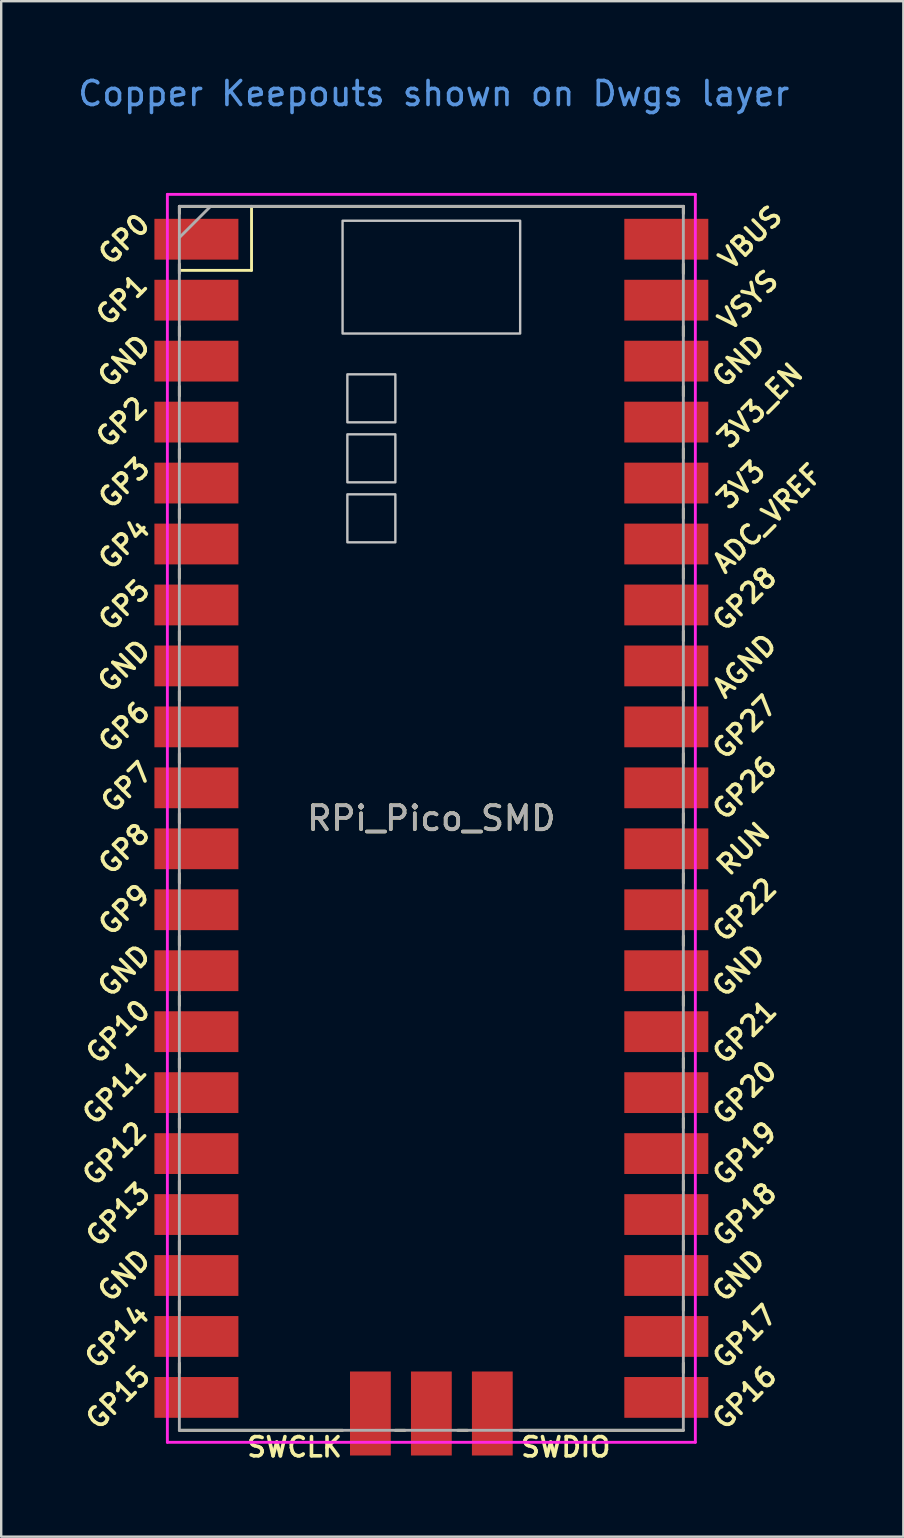
<source format=kicad_pcb>
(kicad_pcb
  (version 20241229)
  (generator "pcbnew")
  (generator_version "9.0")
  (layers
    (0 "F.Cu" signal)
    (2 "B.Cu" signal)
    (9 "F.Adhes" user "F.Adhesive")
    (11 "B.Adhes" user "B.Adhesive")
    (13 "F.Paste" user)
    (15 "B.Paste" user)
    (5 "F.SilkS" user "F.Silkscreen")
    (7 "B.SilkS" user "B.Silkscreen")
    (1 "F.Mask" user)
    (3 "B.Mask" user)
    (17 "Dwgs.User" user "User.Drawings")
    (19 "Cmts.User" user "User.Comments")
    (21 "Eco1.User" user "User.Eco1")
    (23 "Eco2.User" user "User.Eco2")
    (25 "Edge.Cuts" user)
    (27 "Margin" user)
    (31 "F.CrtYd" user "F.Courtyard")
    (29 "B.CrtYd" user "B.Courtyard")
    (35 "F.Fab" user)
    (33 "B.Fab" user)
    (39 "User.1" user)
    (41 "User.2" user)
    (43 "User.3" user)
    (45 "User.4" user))
  (footprint "RPi_Pico_SMD"
    (layer "F.Cu")
    (at 14.924 31.048)
    (property "Reference" "RPi_Pico_SMD" (at 0 0 0) (layer "F.SilkS") (effects (font (size 1 1) (thickness 0.15))))
    (attr through_hole)
    (fp_line (start -10.5 -25.5) (end -10.5 -25.2) (stroke (width 0.12) (type solid)) (layer "F.SilkS"))
    (fp_line (start -10.5 -25.5) (end 10.5 -25.5) (stroke (width 0.12) (type solid)) (layer "F.SilkS"))
    (fp_line (start -10.5 -23.1) (end -10.5 -22.7) (stroke (width 0.12) (type solid)) (layer "F.SilkS"))
    (fp_line (start -10.5 -22.833) (end -7.493 -22.833) (stroke (width 0.12) (type solid)) (layer "F.SilkS"))
    (fp_line (start -10.5 -20.5) (end -10.5 -20.1) (stroke (width 0.12) (type solid)) (layer "F.SilkS"))
    (fp_line (start -10.5 -18) (end -10.5 -17.6) (stroke (width 0.12) (type solid)) (layer "F.SilkS"))
    (fp_line (start -10.5 -15.4) (end -10.5 -15) (stroke (width 0.12) (type solid)) (layer "F.SilkS"))
    (fp_line (start -10.5 -12.9) (end -10.5 -12.5) (stroke (width 0.12) (type solid)) (layer "F.SilkS"))
    (fp_line (start -10.5 -10.4) (end -10.5 -10) (stroke (width 0.12) (type solid)) (layer "F.SilkS"))
    (fp_line (start -10.5 -7.8) (end -10.5 -7.4) (stroke (width 0.12) (type solid)) (layer "F.SilkS"))
    (fp_line (start -10.5 -5.3) (end -10.5 -4.9) (stroke (width 0.12) (type solid)) (layer "F.SilkS"))
    (fp_line (start -10.5 -2.7) (end -10.5 -2.3) (stroke (width 0.12) (type solid)) (layer "F.SilkS"))
    (fp_line (start -10.5 -0.2) (end -10.5 0.2) (stroke (width 0.12) (type solid)) (layer "F.SilkS"))
    (fp_line (start -10.5 2.3) (end -10.5 2.7) (stroke (width 0.12) (type solid)) (layer "F.SilkS"))
    (fp_line (start -10.5 4.9) (end -10.5 5.3) (stroke (width 0.12) (type solid)) (layer "F.SilkS"))
    (fp_line (start -10.5 7.4) (end -10.5 7.8) (stroke (width 0.12) (type solid)) (layer "F.SilkS"))
    (fp_line (start -10.5 10) (end -10.5 10.4) (stroke (width 0.12) (type solid)) (layer "F.SilkS"))
    (fp_line (start -10.5 12.5) (end -10.5 12.9) (stroke (width 0.12) (type solid)) (layer "F.SilkS"))
    (fp_line (start -10.5 15.1) (end -10.5 15.5) (stroke (width 0.12) (type solid)) (layer "F.SilkS"))
    (fp_line (start -10.5 17.6) (end -10.5 18) (stroke (width 0.12) (type solid)) (layer "F.SilkS"))
    (fp_line (start -10.5 20.1) (end -10.5 20.5) (stroke (width 0.12) (type solid)) (layer "F.SilkS"))
    (fp_line (start -10.5 22.7) (end -10.5 23.1) (stroke (width 0.12) (type solid)) (layer "F.SilkS"))
    (fp_line (start -7.493 -22.833) (end -7.493 -25.5) (stroke (width 0.12) (type solid)) (layer "F.SilkS"))
    (fp_line (start -3.7 25.5) (end -10.5 25.5) (stroke (width 0.12) (type solid)) (layer "F.SilkS"))
    (fp_line (start -1.5 25.5) (end -1.1 25.5) (stroke (width 0.12) (type solid)) (layer "F.SilkS"))
    (fp_line (start 1.1 25.5) (end 1.5 25.5) (stroke (width 0.12) (type solid)) (layer "F.SilkS"))
    (fp_line (start 10.5 -25.5) (end 10.5 -25.2) (stroke (width 0.12) (type solid)) (layer "F.SilkS"))
    (fp_line (start 10.5 -23.1) (end 10.5 -22.7) (stroke (width 0.12) (type solid)) (layer "F.SilkS"))
    (fp_line (start 10.5 -20.5) (end 10.5 -20.1) (stroke (width 0.12) (type solid)) (layer "F.SilkS"))
    (fp_line (start 10.5 -18) (end 10.5 -17.6) (stroke (width 0.12) (type solid)) (layer "F.SilkS"))
    (fp_line (start 10.5 -15.4) (end 10.5 -15) (stroke (width 0.12) (type solid)) (layer "F.SilkS"))
    (fp_line (start 10.5 -12.9) (end 10.5 -12.5) (stroke (width 0.12) (type solid)) (layer "F.SilkS"))
    (fp_line (start 10.5 -10.4) (end 10.5 -10) (stroke (width 0.12) (type solid)) (layer "F.SilkS"))
    (fp_line (start 10.5 -7.8) (end 10.5 -7.4) (stroke (width 0.12) (type solid)) (layer "F.SilkS"))
    (fp_line (start 10.5 -5.3) (end 10.5 -4.9) (stroke (width 0.12) (type solid)) (layer "F.SilkS"))
    (fp_line (start 10.5 -2.7) (end 10.5 -2.3) (stroke (width 0.12) (type solid)) (layer "F.SilkS"))
    (fp_line (start 10.5 -0.2) (end 10.5 0.2) (stroke (width 0.12) (type solid)) (layer "F.SilkS"))
    (fp_line (start 10.5 2.3) (end 10.5 2.7) (stroke (width 0.12) (type solid)) (layer "F.SilkS"))
    (fp_line (start 10.5 4.9) (end 10.5 5.3) (stroke (width 0.12) (type solid)) (layer "F.SilkS"))
    (fp_line (start 10.5 7.4) (end 10.5 7.8) (stroke (width 0.12) (type solid)) (layer "F.SilkS"))
    (fp_line (start 10.5 10) (end 10.5 10.4) (stroke (width 0.12) (type solid)) (layer "F.SilkS"))
    (fp_line (start 10.5 12.5) (end 10.5 12.9) (stroke (width 0.12) (type solid)) (layer "F.SilkS"))
    (fp_line (start 10.5 15.1) (end 10.5 15.5) (stroke (width 0.12) (type solid)) (layer "F.SilkS"))
    (fp_line (start 10.5 17.6) (end 10.5 18) (stroke (width 0.12) (type solid)) (layer "F.SilkS"))
    (fp_line (start 10.5 20.1) (end 10.5 20.5) (stroke (width 0.12) (type solid)) (layer "F.SilkS"))
    (fp_line (start 10.5 22.7) (end 10.5 23.1) (stroke (width 0.12) (type solid)) (layer "F.SilkS"))
    (fp_line (start 10.5 25.5) (end 3.7 25.5) (stroke (width 0.12) (type solid)) (layer "F.SilkS"))
    (fp_poly (pts (xy -1.5 -16.5) (xy -3.5 -16.5) (xy -3.5 -18.5) (xy -1.5 -18.5)) (stroke (width 0.1) (type solid)) (fill no) (layer "Dwgs.User"))
    (fp_poly (pts (xy -1.5 -14) (xy -3.5 -14) (xy -3.5 -16) (xy -1.5 -16)) (stroke (width 0.1) (type solid)) (fill no) (layer "Dwgs.User"))
    (fp_poly (pts (xy -1.5 -11.5) (xy -3.5 -11.5) (xy -3.5 -13.5) (xy -1.5 -13.5)) (stroke (width 0.1) (type solid)) (fill no) (layer "Dwgs.User"))
    (fp_poly (pts (xy 3.7 -20.2) (xy -3.7 -20.2) (xy -3.7 -24.9) (xy 3.7 -24.9)) (stroke (width 0.1) (type solid)) (fill no) (layer "Dwgs.User"))
    (fp_line (start -11 -26) (end 11 -26) (stroke (width 0.12) (type solid)) (layer "F.CrtYd"))
    (fp_line (start -11 26) (end -11 -26) (stroke (width 0.12) (type solid)) (layer "F.CrtYd"))
    (fp_line (start 11 -26) (end 11 26) (stroke (width 0.12) (type solid)) (layer "F.CrtYd"))
    (fp_line (start 11 26) (end -11 26) (stroke (width 0.12) (type solid)) (layer "F.CrtYd"))
    (fp_line (start -10.5 -25.5) (end 10.5 -25.5) (stroke (width 0.12) (type solid)) (layer "F.Fab"))
    (fp_line (start -10.5 -24.2) (end -9.2 -25.5) (stroke (width 0.12) (type solid)) (layer "F.Fab"))
    (fp_line (start -10.5 25.5) (end -10.5 -25.5) (stroke (width 0.12) (type solid)) (layer "F.Fab"))
    (fp_line (start 10.5 -25.5) (end 10.5 25.5) (stroke (width 0.12) (type solid)) (layer "F.Fab"))
    (fp_line (start 10.5 25.5) (end -10.5 25.5) (stroke (width 0.12) (type solid)) (layer "F.Fab"))
    (fp_text user "GP4" (at -12.8 -11.43 45) (layer "F.SilkS") (effects (font (size 0.8 0.8) (thickness 0.15))))
    (fp_text user "GND" (at -12.8 -19.05 45) (layer "F.SilkS") (effects (font (size 0.8 0.8) (thickness 0.15))))
    (fp_text user "GP12" (at -13.2 13.97 45) (layer "F.SilkS") (effects (font (size 0.8 0.8) (thickness 0.15))))
    (fp_text user "GP1" (at -12.9 -21.6 45) (layer "F.SilkS") (effects (font (size 0.8 0.8) (thickness 0.15))))
    (fp_text user "GP14" (at -13.1 21.59 45) (layer "F.SilkS") (effects (font (size 0.8 0.8) (thickness 0.15))))
    (fp_text user "GND" (at 12.8 6.35 45) (layer "F.SilkS") (effects (font (size 0.8 0.8) (thickness 0.15))))
    (fp_text user "GP21" (at 13.054 8.9 45) (layer "F.SilkS") (effects (font (size 0.8 0.8) (thickness 0.15))))
    (fp_text user "GP3" (at -12.8 -13.97 45) (layer "F.SilkS") (effects (font (size 0.8 0.8) (thickness 0.15))))
    (fp_text user "GND" (at -12.8 -6.35 45) (layer "F.SilkS") (effects (font (size 0.8 0.8) (thickness 0.15))))
    (fp_text user "ADC_VREF" (at 14 -12.5 45) (layer "F.SilkS") (effects (font (size 0.8 0.8) (thickness 0.15))))
    (fp_text user "GP18" (at 13.054 16.51 45) (layer "F.SilkS") (effects (font (size 0.8 0.8) (thickness 0.15))))
    (fp_text user "GP6" (at -12.8 -3.81 45) (layer "F.SilkS") (effects (font (size 0.8 0.8) (thickness 0.15))))
    (fp_text user "GP7" (at -12.7 -1.3 45) (layer "F.SilkS") (effects (font (size 0.8 0.8) (thickness 0.15))))
    (fp_text user "3V3" (at 12.9 -13.9 45) (layer "F.SilkS") (effects (font (size 0.8 0.8) (thickness 0.15))))
    (fp_text user "3V3_EN" (at 13.7 -17.2 45) (layer "F.SilkS") (effects (font (size 0.8 0.8) (thickness 0.15))))
    (fp_text user "GP20" (at 13.054 11.43 45) (layer "F.SilkS") (effects (font (size 0.8 0.8) (thickness 0.15))))
    (fp_text user "GP15" (at -13.054 24.13 45) (layer "F.SilkS") (effects (font (size 0.8 0.8) (thickness 0.15))))
    (fp_text user "GP0" (at -12.8 -24.13 45) (layer "F.SilkS") (effects (font (size 0.8 0.8) (thickness 0.15))))
    (fp_text user "GND" (at 12.8 19.05 45) (layer "F.SilkS") (effects (font (size 0.8 0.8) (thickness 0.15))))
    (fp_text user "GP13" (at -13.054 16.51 45) (layer "F.SilkS") (effects (font (size 0.8 0.8) (thickness 0.15))))
    (fp_text user "GND" (at -12.8 19.05 45) (layer "F.SilkS") (effects (font (size 0.8 0.8) (thickness 0.15))))
    (fp_text user "GP17" (at 13.054 21.59 45) (layer "F.SilkS") (effects (font (size 0.8 0.8) (thickness 0.15))))
    (fp_text user "GP22" (at 13.054 3.81 45) (layer "F.SilkS") (effects (font (size 0.8 0.8) (thickness 0.15))))
    (fp_text user "GP9" (at -12.8 3.81 45) (layer "F.SilkS") (effects (font (size 0.8 0.8) (thickness 0.15))))
    (fp_text user "AGND" (at 13.054 -6.35 45) (layer "F.SilkS") (effects (font (size 0.8 0.8) (thickness 0.15))))
    (fp_text user "GP2" (at -12.9 -16.51 45) (layer "F.SilkS") (effects (font (size 0.8 0.8) (thickness 0.15))))
    (fp_text user "GND" (at -12.8 6.35 45) (layer "F.SilkS") (effects (font (size 0.8 0.8) (thickness 0.15))))
    (fp_text user "GP28" (at 13.054 -9.144 45) (layer "F.SilkS") (effects (font (size 0.8 0.8) (thickness 0.15))))
    (fp_text user "GP26" (at 13.054 -1.27 45) (layer "F.SilkS") (effects (font (size 0.8 0.8) (thickness 0.15))))
    (fp_text user "SWDIO" (at 5.6 26.2 0) (layer "F.SilkS") (effects (font (size 0.8 0.8) (thickness 0.15))))
    (fp_text user "GP19" (at 13.054 13.97 45) (layer "F.SilkS") (effects (font (size 0.8 0.8) (thickness 0.15))))
    (fp_text user "GND" (at 12.8 -19.05 45) (layer "F.SilkS") (effects (font (size 0.8 0.8) (thickness 0.15))))
    (fp_text user "GP11" (at -13.2 11.43 45) (layer "F.SilkS") (effects (font (size 0.8 0.8) (thickness 0.15))))
    (fp_text user "GP10" (at -13.054 8.89 45) (layer "F.SilkS") (effects (font (size 0.8 0.8) (thickness 0.15))))
    (fp_text user "RUN" (at 13 1.27 45) (layer "F.SilkS") (effects (font (size 0.8 0.8) (thickness 0.15))))
    (fp_text user "SWCLK" (at -5.7 26.2 0) (layer "F.SilkS") (effects (font (size 0.8 0.8) (thickness 0.15))))
    (fp_text user "GP16" (at 13.054 24.13 45) (layer "F.SilkS") (effects (font (size 0.8 0.8) (thickness 0.15))))
    (fp_text user "VSYS" (at 13.2 -21.59 45) (layer "F.SilkS") (effects (font (size 0.8 0.8) (thickness 0.15))))
    (fp_text user "GP8" (at -12.8 1.27 45) (layer "F.SilkS") (effects (font (size 0.8 0.8) (thickness 0.15))))
    (fp_text user "GP5" (at -12.8 -8.89 45) (layer "F.SilkS") (effects (font (size 0.8 0.8) (thickness 0.15))))
    (fp_text user "GP27" (at 13.054 -3.8 45) (layer "F.SilkS") (effects (font (size 0.8 0.8) (thickness 0.15))))
    (fp_text user "VBUS" (at 13.3 -24.2 45) (layer "F.SilkS") (effects (font (size 0.8 0.8) (thickness 0.15))))
    (fp_text user "Copper Keepouts shown on Dwgs layer" (at 0.1 -30.2 0) (layer "Cmts.User") (effects (font (size 1 1) (thickness 0.15))))
    (fp_text user "${REFERENCE}" (at 0 0 180) (layer "F.Fab") (effects (font (size 1 1) (thickness 0.15))))
    (pad "1" smd rect (at -8.89 -24.13) (size 3.5 1.7) (drill (offset -0.9 0)) (layers "F.Cu" "F.Mask"))
    (pad "2" smd rect (at -8.89 -21.59) (size 3.5 1.7) (drill (offset -0.9 0)) (layers "F.Cu" "F.Mask"))
    (pad "3" smd rect (at -8.89 -19.05) (size 3.5 1.7) (drill (offset -0.9 0)) (layers "F.Cu" "F.Mask"))
    (pad "4" smd rect (at -8.89 -16.51) (size 3.5 1.7) (drill (offset -0.9 0)) (layers "F.Cu" "F.Mask"))
    (pad "5" smd rect (at -8.89 -13.97) (size 3.5 1.7) (drill (offset -0.9 0)) (layers "F.Cu" "F.Mask"))
    (pad "6" smd rect (at -8.89 -11.43) (size 3.5 1.7) (drill (offset -0.9 0)) (layers "F.Cu" "F.Mask"))
    (pad "7" smd rect (at -8.89 -8.89) (size 3.5 1.7) (drill (offset -0.9 0)) (layers "F.Cu" "F.Mask"))
    (pad "8" smd rect (at -8.89 -6.35) (size 3.5 1.7) (drill (offset -0.9 0)) (layers "F.Cu" "F.Mask"))
    (pad "9" smd rect (at -8.89 -3.81) (size 3.5 1.7) (drill (offset -0.9 0)) (layers "F.Cu" "F.Mask"))
    (pad "10" smd rect (at -8.89 -1.27) (size 3.5 1.7) (drill (offset -0.9 0)) (layers "F.Cu" "F.Mask"))
    (pad "11" smd rect (at -8.89 1.27) (size 3.5 1.7) (drill (offset -0.9 0)) (layers "F.Cu" "F.Mask"))
    (pad "12" smd rect (at -8.89 3.81) (size 3.5 1.7) (drill (offset -0.9 0)) (layers "F.Cu" "F.Mask"))
    (pad "13" smd rect (at -8.89 6.35) (size 3.5 1.7) (drill (offset -0.9 0)) (layers "F.Cu" "F.Mask"))
    (pad "14" smd rect (at -8.89 8.89) (size 3.5 1.7) (drill (offset -0.9 0)) (layers "F.Cu" "F.Mask"))
    (pad "15" smd rect (at -8.89 11.43) (size 3.5 1.7) (drill (offset -0.9 0)) (layers "F.Cu" "F.Mask"))
    (pad "16" smd rect (at -8.89 13.97) (size 3.5 1.7) (drill (offset -0.9 0)) (layers "F.Cu" "F.Mask"))
    (pad "17" smd rect (at -8.89 16.51) (size 3.5 1.7) (drill (offset -0.9 0)) (layers "F.Cu" "F.Mask"))
    (pad "18" smd rect (at -8.89 19.05) (size 3.5 1.7) (drill (offset -0.9 0)) (layers "F.Cu" "F.Mask"))
    (pad "19" smd rect (at -8.89 21.59) (size 3.5 1.7) (drill (offset -0.9 0)) (layers "F.Cu" "F.Mask"))
    (pad "20" smd rect (at -8.89 24.13) (size 3.5 1.7) (drill (offset -0.9 0)) (layers "F.Cu" "F.Mask"))
    (pad "21" smd rect (at 8.89 24.13) (size 3.5 1.7) (drill (offset 0.9 0)) (layers "F.Cu" "F.Mask"))
    (pad "22" smd rect (at 8.89 21.59) (size 3.5 1.7) (drill (offset 0.9 0)) (layers "F.Cu" "F.Mask"))
    (pad "23" smd rect (at 8.89 19.05) (size 3.5 1.7) (drill (offset 0.9 0)) (layers "F.Cu" "F.Mask"))
    (pad "24" smd rect (at 8.89 16.51) (size 3.5 1.7) (drill (offset 0.9 0)) (layers "F.Cu" "F.Mask"))
    (pad "25" smd rect (at 8.89 13.97) (size 3.5 1.7) (drill (offset 0.9 0)) (layers "F.Cu" "F.Mask"))
    (pad "26" smd rect (at 8.89 11.43) (size 3.5 1.7) (drill (offset 0.9 0)) (layers "F.Cu" "F.Mask"))
    (pad "27" smd rect (at 8.89 8.89) (size 3.5 1.7) (drill (offset 0.9 0)) (layers "F.Cu" "F.Mask"))
    (pad "28" smd rect (at 8.89 6.35) (size 3.5 1.7) (drill (offset 0.9 0)) (layers "F.Cu" "F.Mask"))
    (pad "29" smd rect (at 8.89 3.81) (size 3.5 1.7) (drill (offset 0.9 0)) (layers "F.Cu" "F.Mask"))
    (pad "30" smd rect (at 8.89 1.27) (size 3.5 1.7) (drill (offset 0.9 0)) (layers "F.Cu" "F.Mask"))
    (pad "31" smd rect (at 8.89 -1.27) (size 3.5 1.7) (drill (offset 0.9 0)) (layers "F.Cu" "F.Mask"))
    (pad "32" smd rect (at 8.89 -3.81) (size 3.5 1.7) (drill (offset 0.9 0)) (layers "F.Cu" "F.Mask"))
    (pad "33" smd rect (at 8.89 -6.35) (size 3.5 1.7) (drill (offset 0.9 0)) (layers "F.Cu" "F.Mask"))
    (pad "34" smd rect (at 8.89 -8.89) (size 3.5 1.7) (drill (offset 0.9 0)) (layers "F.Cu" "F.Mask"))
    (pad "35" smd rect (at 8.89 -11.43) (size 3.5 1.7) (drill (offset 0.9 0)) (layers "F.Cu" "F.Mask"))
    (pad "36" smd rect (at 8.89 -13.97) (size 3.5 1.7) (drill (offset 0.9 0)) (layers "F.Cu" "F.Mask"))
    (pad "37" smd rect (at 8.89 -16.51) (size 3.5 1.7) (drill (offset 0.9 0)) (layers "F.Cu" "F.Mask"))
    (pad "38" smd rect (at 8.89 -19.05) (size 3.5 1.7) (drill (offset 0.9 0)) (layers "F.Cu" "F.Mask"))
    (pad "39" smd rect (at 8.89 -21.59) (size 3.5 1.7) (drill (offset 0.9 0)) (layers "F.Cu" "F.Mask"))
    (pad "40" smd rect (at 8.89 -24.13) (size 3.5 1.7) (drill (offset 0.9 0)) (layers "F.Cu" "F.Mask"))
    (pad "41" smd rect (at -2.54 23.9 90) (size 3.5 1.7) (drill (offset -0.9 0)) (layers "F.Cu" "F.Mask"))
    (pad "42" smd rect (at 0 23.9 90) (size 3.5 1.7) (drill (offset -0.9 0)) (layers "F.Cu" "F.Mask"))
    (pad "43" smd rect (at 2.54 23.9 90) (size 3.5 1.7) (drill (offset -0.9 0)) (layers "F.Cu" "F.Mask")))
  (gr_rect
    (start -3 -3)
    (end 34.591 60.98)
    (stroke (width 0.1) (type default))
    (fill no)
    (layer "Edge.Cuts")))
</source>
